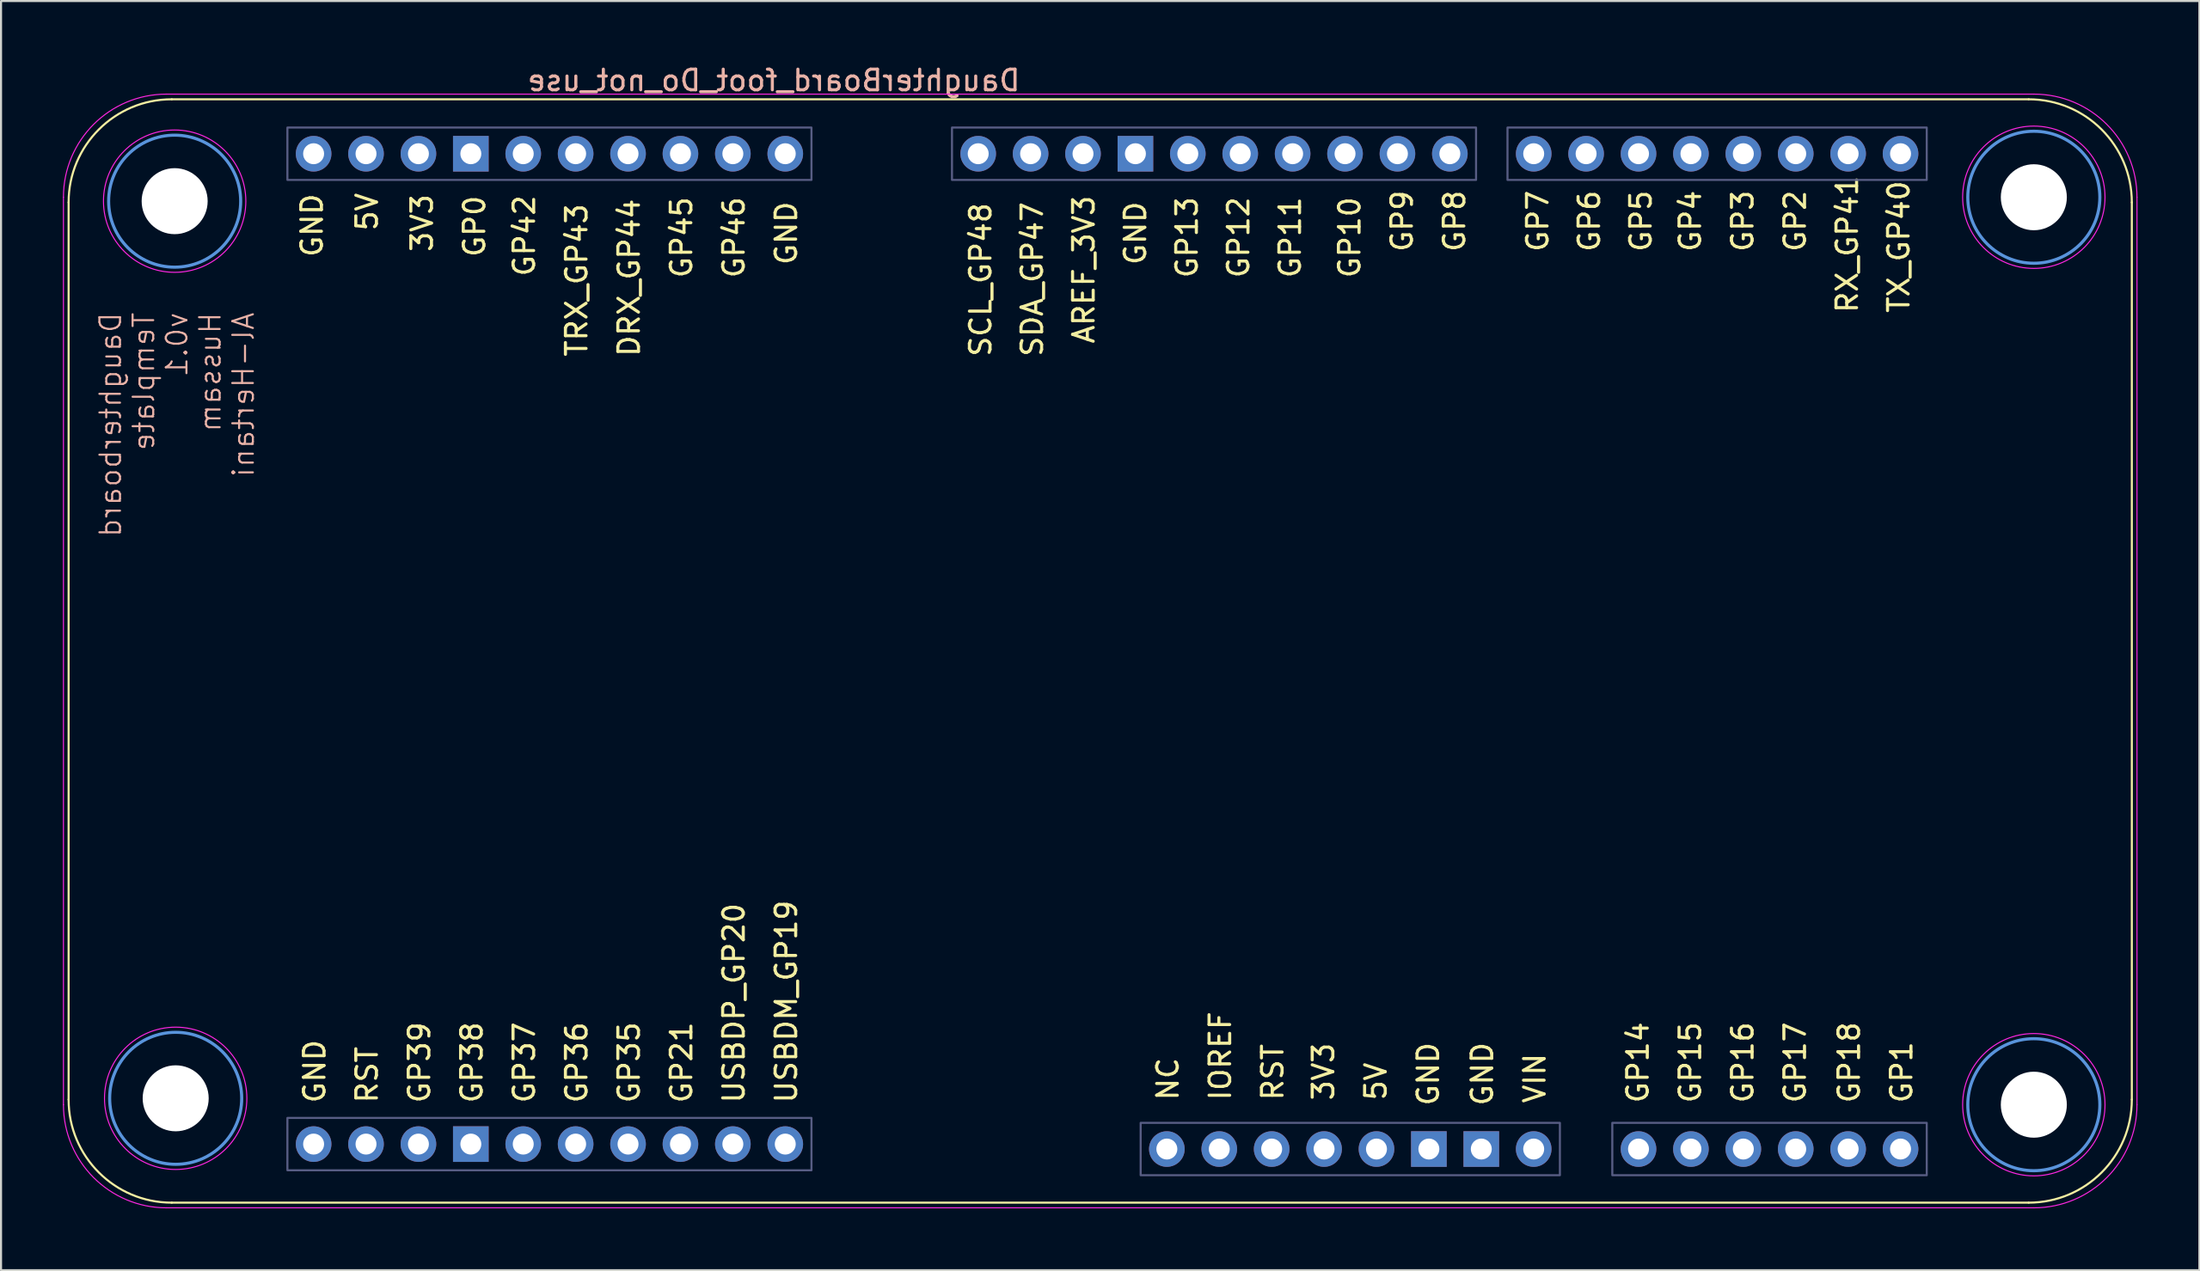
<source format=kicad_pcb>
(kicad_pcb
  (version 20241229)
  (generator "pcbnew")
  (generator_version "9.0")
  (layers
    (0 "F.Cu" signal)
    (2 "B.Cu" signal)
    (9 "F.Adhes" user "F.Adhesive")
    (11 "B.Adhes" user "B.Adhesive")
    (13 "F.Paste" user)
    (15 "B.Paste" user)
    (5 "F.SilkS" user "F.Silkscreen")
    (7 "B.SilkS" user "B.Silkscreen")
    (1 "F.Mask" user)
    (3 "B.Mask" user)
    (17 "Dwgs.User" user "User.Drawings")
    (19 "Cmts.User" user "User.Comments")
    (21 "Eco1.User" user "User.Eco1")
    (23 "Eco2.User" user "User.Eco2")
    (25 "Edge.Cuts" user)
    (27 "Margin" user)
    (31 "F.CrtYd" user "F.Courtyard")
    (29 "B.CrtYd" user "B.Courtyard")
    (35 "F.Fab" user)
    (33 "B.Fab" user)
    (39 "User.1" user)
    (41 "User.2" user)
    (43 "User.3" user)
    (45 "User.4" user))
  (footprint "DaughterBoard_foot_Do_not_use"
    (layer "F.Cu")
    (at 54.775 27.899)
    (property "Reference" "DaughterBoard_foot_Do_not_use" (at -20.32 -27.051 0) (layer "B.SilkS") (effects (font (size 1 1) (thickness 0.15)) (justify mirror)))
    (attr through_hole)
    (fp_line (start -54.5 22.365) (end -54.5 -21.135) (stroke (width 0.1) (type default)) (layer "F.SilkS"))
    (fp_line (start -49.5 -26.135) (end 40.5 -26.135) (stroke (width 0.1) (type default)) (layer "F.SilkS"))
    (fp_line (start 40.5 27.365) (end -49.5 27.365) (stroke (width 0.1) (type default)) (layer "F.SilkS"))
    (fp_line (start 45.5 -21.135) (end 45.5 22.365) (stroke (width 0.1) (type default)) (layer "F.SilkS"))
    (fp_arc (start -54.5 -21.135) (mid -53.035534 -24.670534) (end -49.5 -26.135) (stroke (width 0.1) (type default)) (layer "F.SilkS"))
    (fp_arc (start -49.5 27.365) (mid -53.035534 25.900534) (end -54.5 22.365) (stroke (width 0.1) (type default)) (layer "F.SilkS"))
    (fp_arc (start 40.5 -26.135) (mid 44.035534 -24.670534) (end 45.5 -21.135) (stroke (width 0.1) (type default)) (layer "F.SilkS"))
    (fp_arc (start 45.5 22.365) (mid 44.035534 25.900534) (end 40.5 27.365) (stroke (width 0.1) (type default)) (layer "F.SilkS"))
    (fp_circle (center -49.36 -21.195) (end -46.16 -21.195) (stroke (width 0.15) (type solid)) (fill no) (layer "Cmts.User"))
    (fp_circle (center -49.31 22.305) (end -46.11 22.305) (stroke (width 0.15) (type solid)) (fill no) (layer "Cmts.User"))
    (fp_circle (center 40.75 -21.385) (end 43.95 -21.385) (stroke (width 0.15) (type solid)) (fill no) (layer "Cmts.User"))
    (fp_circle (center 40.75 22.615) (end 43.95 22.615) (stroke (width 0.15) (type solid)) (fill no) (layer "Cmts.User"))
    (fp_line (start -54.75 22.615) (end -54.75 -21.385) (stroke (width 0.05) (type default)) (layer "F.CrtYd"))
    (fp_line (start -49.75 -26.385) (end 40.75 -26.385) (stroke (width 0.05) (type default)) (layer "F.CrtYd"))
    (fp_line (start 40.75 27.615) (end -49.75 27.615) (stroke (width 0.05) (type default)) (layer "F.CrtYd"))
    (fp_line (start 45.75 -21.385) (end 45.75 22.615) (stroke (width 0.05) (type default)) (layer "F.CrtYd"))
    (fp_arc (start -54.75 -21.385) (mid -53.285534 -24.920534) (end -49.75 -26.385) (stroke (width 0.05) (type default)) (layer "F.CrtYd"))
    (fp_arc (start -49.75 27.615) (mid -53.285534 26.150534) (end -54.75 22.615) (stroke (width 0.05) (type default)) (layer "F.CrtYd"))
    (fp_arc (start 40.75 -26.385) (mid 44.285534 -24.920534) (end 45.75 -21.385) (stroke (width 0.05) (type default)) (layer "F.CrtYd"))
    (fp_arc (start 45.75 22.615) (mid 44.285534 26.150534) (end 40.75 27.615) (stroke (width 0.05) (type default)) (layer "F.CrtYd"))
    (fp_circle (center -49.36 -21.195) (end -45.91 -21.195) (stroke (width 0.05) (type solid)) (fill no) (layer "F.CrtYd"))
    (fp_circle (center -49.31 22.305) (end -45.86 22.305) (stroke (width 0.05) (type solid)) (fill no) (layer "F.CrtYd"))
    (fp_circle (center 40.75 -21.385) (end 44.2 -21.385) (stroke (width 0.05) (type solid)) (fill no) (layer "F.CrtYd"))
    (fp_circle (center 40.75 22.615) (end 44.2 22.615) (stroke (width 0.05) (type solid)) (fill no) (layer "F.CrtYd"))
    (fp_rect (start -43.895 -24.765) (end -18.495 -22.225) (stroke (width 0.1) (type solid)) (fill no) (layer "B.Fab"))
    (fp_rect (start -43.895 23.255) (end -18.495 25.795) (stroke (width 0.1) (type solid)) (fill no) (layer "B.Fab"))
    (fp_rect (start -11.684 -24.765) (end 13.716 -22.225) (stroke (width 0.1) (type solid)) (fill no) (layer "B.Fab"))
    (fp_rect (start -2.54 23.495) (end 17.78 26.035) (stroke (width 0.1) (type solid)) (fill no) (layer "B.Fab"))
    (fp_rect (start 15.24 -24.765) (end 35.56 -22.225) (stroke (width 0.1) (type solid)) (fill no) (layer "B.Fab"))
    (fp_rect (start 20.32 23.495) (end 35.56 26.035) (stroke (width 0.1) (type solid)) (fill no) (layer "B.Fab"))
    (fp_text user "3V3" (at 6.905 22.493 90) (unlocked yes) (layer "F.SilkS") (effects (font (size 1 1) (thickness 0.15)) (justify left bottom)))
    (fp_text user "NC" (at -0.635 22.493 90) (unlocked yes) (layer "F.SilkS") (effects (font (size 1 1) (thickness 0.15)) (justify left bottom)))
    (fp_text user "VIN" (at 17.145 22.62 90) (unlocked yes) (layer "F.SilkS") (effects (font (size 1 1) (thickness 0.15)) (justify left bottom)))
    (fp_text user "GP6" (at 19.79 -18.655 90) (unlocked yes) (layer "F.SilkS") (effects (font (size 1 1) (thickness 0.15)) (justify left bottom)))
    (fp_text user "USBDM_GP19" (at -19.13 22.62 90) (unlocked yes) (layer "F.SilkS") (effects (font (size 1 1) (thickness 0.15)) (justify left bottom)))
    (fp_text user "GP39" (at -36.91 22.62 90) (unlocked yes) (layer "F.SilkS") (effects (font (size 1 1) (thickness 0.15)) (justify left bottom)))
    (fp_text user "RST" (at -39.45 22.62 90) (unlocked yes) (layer "F.SilkS") (effects (font (size 1 1) (thickness 0.15)) (justify left bottom)))
    (fp_text user "GP5" (at 22.29 -18.655 90) (unlocked yes) (layer "F.SilkS") (effects (font (size 1 1) (thickness 0.15)) (justify left bottom)))
    (fp_text user "GND" (at -42.117 -18.401 90) (unlocked yes) (layer "F.SilkS") (effects (font (size 1 1) (thickness 0.15)) (justify left bottom)))
    (fp_text user "GP37" (at -31.83 22.62 90) (unlocked yes) (layer "F.SilkS") (effects (font (size 1 1) (thickness 0.15)) (justify left bottom)))
    (fp_text user "GP17" (at 29.765 22.62 90) (unlocked yes) (layer "F.SilkS") (effects (font (size 1 1) (thickness 0.15)) (justify left bottom)))
    (fp_text user "RX_GP41" (at 32.29 -15.695 90) (unlocked yes) (layer "F.SilkS") (effects (font (size 1 1) (thickness 0.15)) (justify left bottom)))
    (fp_text user "GP1" (at 34.925 22.62 90) (unlocked yes) (layer "F.SilkS") (effects (font (size 1 1) (thickness 0.15)) (justify left bottom)))
    (fp_text user "GP16" (at 27.225 22.62 90) (unlocked yes) (layer "F.SilkS") (effects (font (size 1 1) (thickness 0.15)) (justify left bottom)))
    (fp_text user "GND" (at -19.13 -18.02 90) (unlocked yes) (layer "F.SilkS") (effects (font (size 1 1) (thickness 0.15)) (justify left bottom)))
    (fp_text user "GP10" (at 8.175 -17.385 90) (unlocked yes) (layer "F.SilkS") (effects (font (size 1 1) (thickness 0.15)) (justify left bottom)))
    (fp_text user "SDA_GP47" (at -7.21 -13.575 90) (unlocked yes) (layer "F.SilkS") (effects (font (size 1 1) (thickness 0.15)) (justify left bottom)))
    (fp_text user "GND" (at -2.21 -18.02 90) (unlocked yes) (layer "F.SilkS") (effects (font (size 1 1) (thickness 0.15)) (justify left bottom)))
    (fp_text user "GP15" (at 24.685 22.62 90) (unlocked yes) (layer "F.SilkS") (effects (font (size 1 1) (thickness 0.15)) (justify left bottom)))
    (fp_text user "GND" (at 11.985 22.747 90) (unlocked yes) (layer "F.SilkS") (effects (font (size 1 1) (thickness 0.15)) (justify left bottom)))
    (fp_text user "IOREF" (at 1.905 22.493 90) (unlocked yes) (layer "F.SilkS") (effects (font (size 1 1) (thickness 0.15)) (justify left bottom)))
    (fp_text user "GP14" (at 22.145 22.62 90) (unlocked yes) (layer "F.SilkS") (effects (font (size 1 1) (thickness 0.15)) (justify left bottom)))
    (fp_text user "SCL_GP48" (at -9.71 -13.575 90) (unlocked yes) (layer "F.SilkS") (effects (font (size 1 1) (thickness 0.15)) (justify left bottom)))
    (fp_text user "GP18" (at 32.385 22.62 90) (unlocked yes) (layer "F.SilkS") (effects (font (size 1 1) (thickness 0.15)) (justify left bottom)))
    (fp_text user "GP13" (at 0.29 -17.385 90) (unlocked yes) (layer "F.SilkS") (effects (font (size 1 1) (thickness 0.15)) (justify left bottom)))
    (fp_text user "TX_GP40" (at 34.79 -15.695 90) (unlocked yes) (layer "F.SilkS") (effects (font (size 1 1) (thickness 0.15)) (justify left bottom)))
    (fp_text user "GP3" (at 27.225 -18.655 90) (unlocked yes) (layer "F.SilkS") (effects (font (size 1 1) (thickness 0.15)) (justify left bottom)))
    (fp_text user "GP46" (at -21.67 -17.385 90) (unlocked yes) (layer "F.SilkS") (effects (font (size 1 1) (thickness 0.15)) (justify left bottom)))
    (fp_text user "GND" (at -41.99 22.62 90) (unlocked yes) (layer "F.SilkS") (effects (font (size 1 1) (thickness 0.15)) (justify left bottom)))
    (fp_text user "GP42" (at -31.83 -17.465 90) (unlocked yes) (layer "F.SilkS") (effects (font (size 1 1) (thickness 0.15)) (justify left bottom)))
    (fp_text user "GP2" (at 29.765 -18.655 90) (unlocked yes) (layer "F.SilkS") (effects (font (size 1 1) (thickness 0.15)) (justify left bottom)))
    (fp_text user "GP21" (at -24.21 22.62 90) (unlocked yes) (layer "F.SilkS") (effects (font (size 1 1) (thickness 0.15)) (justify left bottom)))
    (fp_text user "DRX_GP44" (at -26.75 -13.575 90) (unlocked yes) (layer "F.SilkS") (effects (font (size 1 1) (thickness 0.15)) (justify left bottom)))
    (fp_text user "5V" (at -39.45 -19.671 90) (unlocked yes) (layer "F.SilkS") (effects (font (size 1 1) (thickness 0.15)) (justify left bottom)))
    (fp_text user "GP12" (at 2.79 -17.385 90) (unlocked yes) (layer "F.SilkS") (effects (font (size 1 1) (thickness 0.15)) (justify left bottom)))
    (fp_text user "GP36" (at -29.29 22.62 90) (unlocked yes) (layer "F.SilkS") (effects (font (size 1 1) (thickness 0.15)) (justify left bottom)))
    (fp_text user "AREF_3V3" (at -4.71 -14.21 90) (unlocked yes) (layer "F.SilkS") (effects (font (size 1 1) (thickness 0.15)) (justify left bottom)))
    (fp_text user "GP45" (at -24.21 -17.385 90) (unlocked yes) (layer "F.SilkS") (effects (font (size 1 1) (thickness 0.15)) (justify left bottom)))
    (fp_text user "GND" (at 14.605 22.747 90) (unlocked yes) (layer "F.SilkS") (effects (font (size 1 1) (thickness 0.15)) (justify left bottom)))
    (fp_text user "5V" (at 9.445 22.493 90) (unlocked yes) (layer "F.SilkS") (effects (font (size 1 1) (thickness 0.15)) (justify left bottom)))
    (fp_text user "GP7" (at 17.29 -18.655 90) (unlocked yes) (layer "F.SilkS") (effects (font (size 1 1) (thickness 0.15)) (justify left bottom)))
    (fp_text user "3V3" (at -36.783 -18.655 90) (unlocked yes) (layer "F.SilkS") (effects (font (size 1 1) (thickness 0.15)) (justify left bottom)))
    (fp_text user "GP11" (at 5.29 -17.385 90) (unlocked yes) (layer "F.SilkS") (effects (font (size 1 1) (thickness 0.15)) (justify left bottom)))
    (fp_text user "GP38" (at -34.37 22.62 90) (unlocked yes) (layer "F.SilkS") (effects (font (size 1 1) (thickness 0.15)) (justify left bottom)))
    (fp_text user "GP4" (at 24.685 -18.655 90) (unlocked yes) (layer "F.SilkS") (effects (font (size 1 1) (thickness 0.15)) (justify left bottom)))
    (fp_text user "GP0" (at -34.243 -18.401 90) (unlocked yes) (layer "F.SilkS") (effects (font (size 1 1) (thickness 0.15)) (justify left bottom)))
    (fp_text user "GP8" (at 13.255 -18.655 90) (unlocked yes) (layer "F.SilkS") (effects (font (size 1 1) (thickness 0.15)) (justify left bottom)))
    (fp_text user "GP35" (at -26.75 22.62 90) (unlocked yes) (layer "F.SilkS") (effects (font (size 1 1) (thickness 0.15)) (justify left bottom)))
    (fp_text user "TRX_GP43" (at -29.29 -13.575 90) (unlocked yes) (layer "F.SilkS") (effects (font (size 1 1) (thickness 0.15)) (justify left bottom)))
    (fp_text user "RST" (at 4.445 22.493 90) (unlocked yes) (layer "F.SilkS") (effects (font (size 1 1) (thickness 0.15)) (justify left bottom)))
    (fp_text user "GP9" (at 10.715 -18.655 90) (unlocked yes) (layer "F.SilkS") (effects (font (size 1 1) (thickness 0.15)) (justify left bottom)))
    (fp_text user "USBDP_GP20" (at -21.67 22.62 90) (unlocked yes) (layer "F.SilkS") (effects (font (size 1 1) (thickness 0.15)) (justify left bottom)))
    (fp_text_box "Daughterboard\nTemplate v0.1\nHussam\nAl-Hertani" (start -53.801 -16.623) (end -37.037 -5.955) (margins 0.8 0.8 0.8 0.8) (angle 90) (layer "B.SilkS") (effects (font (size 1 1) (thickness 0.1)) (justify left top mirror)) (border no) (stroke (width 0.1) (type solid)))
    (pad "" np_thru_hole circle (at -49.36 -21.195) (size 3.2 3.2) (drill 3.2) (layers "*.Cu" "*.Mask"))
    (pad "" np_thru_hole circle (at -49.31 22.305) (size 3.2 3.2) (drill 3.2) (layers "*.Cu" "*.Mask"))
    (pad "" np_thru_hole circle (at 40.75 -21.385) (size 3.2 3.2) (drill 3.2) (layers "*.Cu" "*.Mask"))
    (pad "" np_thru_hole circle (at 40.75 22.615) (size 3.2 3.2) (drill 3.2) (layers "*.Cu" "*.Mask"))
    (pad "0" thru_hole rect (at -35.005 -23.495) (size 1.727 1.727) (drill 1.016) (layers "*.Cu" "*.Mask"))
    (pad "1" thru_hole oval (at 34.29 24.765) (size 1.727 1.727) (drill 1.016) (layers "*.Cu" "*.Mask"))
    (pad "2" thru_hole oval (at 29.21 -23.495) (size 1.727 1.727) (drill 1.016) (layers "*.Cu" "*.Mask"))
    (pad "3" thru_hole oval (at 26.67 -23.495) (size 1.727 1.727) (drill 1.016) (layers "*.Cu" "*.Mask"))
    (pad "4" thru_hole oval (at 24.13 -23.495) (size 1.727 1.727) (drill 1.016) (layers "*.Cu" "*.Mask"))
    (pad "5" thru_hole oval (at 21.59 -23.495) (size 1.727 1.727) (drill 1.016) (layers "*.Cu" "*.Mask"))
    (pad "6" thru_hole oval (at 19.05 -23.495) (size 1.727 1.727) (drill 1.016) (layers "*.Cu" "*.Mask"))
    (pad "7" thru_hole oval (at 16.51 -23.495) (size 1.727 1.727) (drill 1.016) (layers "*.Cu" "*.Mask"))
    (pad "8" thru_hole oval (at 12.446 -23.495) (size 1.727 1.727) (drill 1.016) (layers "*.Cu" "*.Mask"))
    (pad "9" thru_hole oval (at 9.906 -23.495) (size 1.727 1.727) (drill 1.016) (layers "*.Cu" "*.Mask"))
    (pad "10" thru_hole oval (at 7.366 -23.495) (size 1.727 1.727) (drill 1.016) (layers "*.Cu" "*.Mask"))
    (pad "11" thru_hole oval (at 4.826 -23.495) (size 1.727 1.727) (drill 1.016) (layers "*.Cu" "*.Mask"))
    (pad "12" thru_hole oval (at 2.286 -23.495) (size 1.727 1.727) (drill 1.016) (layers "*.Cu" "*.Mask"))
    (pad "13" thru_hole oval (at -0.254 -23.495) (size 1.727 1.727) (drill 1.016) (layers "*.Cu" "*.Mask"))
    (pad "14" thru_hole oval (at 21.59 24.765) (size 1.727 1.727) (drill 1.016) (layers "*.Cu" "*.Mask"))
    (pad "15" thru_hole oval (at 24.13 24.765) (size 1.727 1.727) (drill 1.016) (layers "*.Cu" "*.Mask"))
    (pad "16" thru_hole oval (at 26.67 24.765) (size 1.727 1.727) (drill 1.016) (layers "*.Cu" "*.Mask"))
    (pad "17" thru_hole oval (at 29.21 24.765) (size 1.727 1.727) (drill 1.016) (layers "*.Cu" "*.Mask"))
    (pad "18" thru_hole oval (at 31.75 24.765) (size 1.727 1.727) (drill 1.016) (layers "*.Cu" "*.Mask"))
    (pad "19" thru_hole oval (at -19.765 24.525) (size 1.727 1.727) (drill 1.016) (layers "*.Cu" "*.Mask"))
    (pad "20" thru_hole oval (at -22.305 24.525) (size 1.727 1.727) (drill 1.016) (layers "*.Cu" "*.Mask"))
    (pad "21" thru_hole oval (at -24.845 24.525) (size 1.727 1.727) (drill 1.016) (layers "*.Cu" "*.Mask"))
    (pad "22" thru_hole oval (at 16.51 24.765) (size 1.727 1.727) (drill 1.016) (layers "*.Cu" "*.Mask"))
    (pad "23" thru_hole rect (at 13.97 24.765) (size 1.727 1.727) (drill 1.016) (layers "*.Cu" "*.Mask"))
    (pad "24" thru_hole rect (at 11.43 24.765) (size 1.727 1.727) (drill 1.016) (layers "*.Cu" "*.Mask"))
    (pad "25" thru_hole oval (at 8.89 24.765) (size 1.727 1.727) (drill 1.016) (layers "*.Cu" "*.Mask"))
    (pad "26" thru_hole oval (at 6.35 24.765) (size 1.727 1.727) (drill 1.016) (layers "*.Cu" "*.Mask"))
    (pad "27" thru_hole oval (at 3.81 24.765) (size 1.727 1.727) (drill 1.016) (layers "*.Cu" "*.Mask"))
    (pad "28" thru_hole oval (at 1.27 24.765) (size 1.727 1.727) (drill 1.016) (layers "*.Cu" "*.Mask"))
    (pad "29" thru_hole oval (at -1.27 24.765) (size 1.727 1.727) (drill 1.016) (layers "*.Cu" "*.Mask"))
    (pad "30" thru_hole rect (at -2.794 -23.495) (size 1.727 1.727) (drill 1.016) (layers "*.Cu" "*.Mask"))
    (pad "32" thru_hole oval (at -5.334 -23.495) (size 1.727 1.727) (drill 1.016) (layers "*.Cu" "*.Mask"))
    (pad "33" thru_hole oval (at -37.545 -23.495) (size 1.727 1.727) (drill 1.016) (layers "*.Cu" "*.Mask"))
    (pad "34" thru_hole oval (at -40.085 -23.495) (size 1.727 1.727) (drill 1.016) (layers "*.Cu" "*.Mask"))
    (pad "35" thru_hole oval (at -27.385 24.525) (size 1.727 1.727) (drill 1.016) (layers "*.Cu" "*.Mask"))
    (pad "36" thru_hole oval (at -29.925 24.525) (size 1.727 1.727) (drill 1.016) (layers "*.Cu" "*.Mask"))
    (pad "37" thru_hole oval (at -32.465 24.525) (size 1.727 1.727) (drill 1.016) (layers "*.Cu" "*.Mask"))
    (pad "38" thru_hole rect (at -35.005 24.525) (size 1.727 1.727) (drill 1.016) (layers "*.Cu" "*.Mask"))
    (pad "39" thru_hole oval (at -37.545 24.525) (size 1.727 1.727) (drill 1.016) (layers "*.Cu" "*.Mask"))
    (pad "40" thru_hole oval (at 34.29 -23.495) (size 1.727 1.727) (drill 1.016) (layers "*.Cu" "*.Mask"))
    (pad "41" thru_hole oval (at 31.75 -23.495) (size 1.727 1.727) (drill 1.016) (layers "*.Cu" "*.Mask"))
    (pad "42" thru_hole oval (at -32.465 -23.495) (size 1.727 1.727) (drill 1.016) (layers "*.Cu" "*.Mask"))
    (pad "43" thru_hole oval (at -29.925 -23.495) (size 1.727 1.727) (drill 1.016) (layers "*.Cu" "*.Mask"))
    (pad "44" thru_hole oval (at -27.385 -23.495) (size 1.727 1.727) (drill 1.016) (layers "*.Cu" "*.Mask"))
    (pad "45" thru_hole oval (at -24.845 -23.495) (size 1.727 1.727) (drill 1.016) (layers "*.Cu" "*.Mask"))
    (pad "46" thru_hole oval (at -22.305 -23.495) (size 1.727 1.727) (drill 1.016) (layers "*.Cu" "*.Mask"))
    (pad "47" thru_hole oval (at -7.874 -23.495) (size 1.727 1.727) (drill 1.016) (layers "*.Cu" "*.Mask"))
    (pad "48" thru_hole oval (at -10.414 -23.495) (size 1.727 1.727) (drill 1.016) (layers "*.Cu" "*.Mask"))
    (pad "49" thru_hole oval (at -42.625 -23.495) (size 1.727 1.727) (drill 1.016) (layers "*.Cu" "*.Mask"))
    (pad "50" thru_hole oval (at -42.625 24.525) (size 1.727 1.727) (drill 1.016) (layers "*.Cu" "*.Mask"))
    (pad "51" thru_hole oval (at -40.085 24.525) (size 1.727 1.727) (drill 1.016) (layers "*.Cu" "*.Mask"))
    (pad "52" thru_hole oval (at -19.765 -23.495) (size 1.727 1.727) (drill 1.016) (layers "*.Cu" "*.Mask")))
  (gr_rect
    (start -3 -3)
    (end 103.55 58.539)
    (stroke (width 0.1) (type default))
    (fill no)
    (layer "Edge.Cuts")))
</source>
